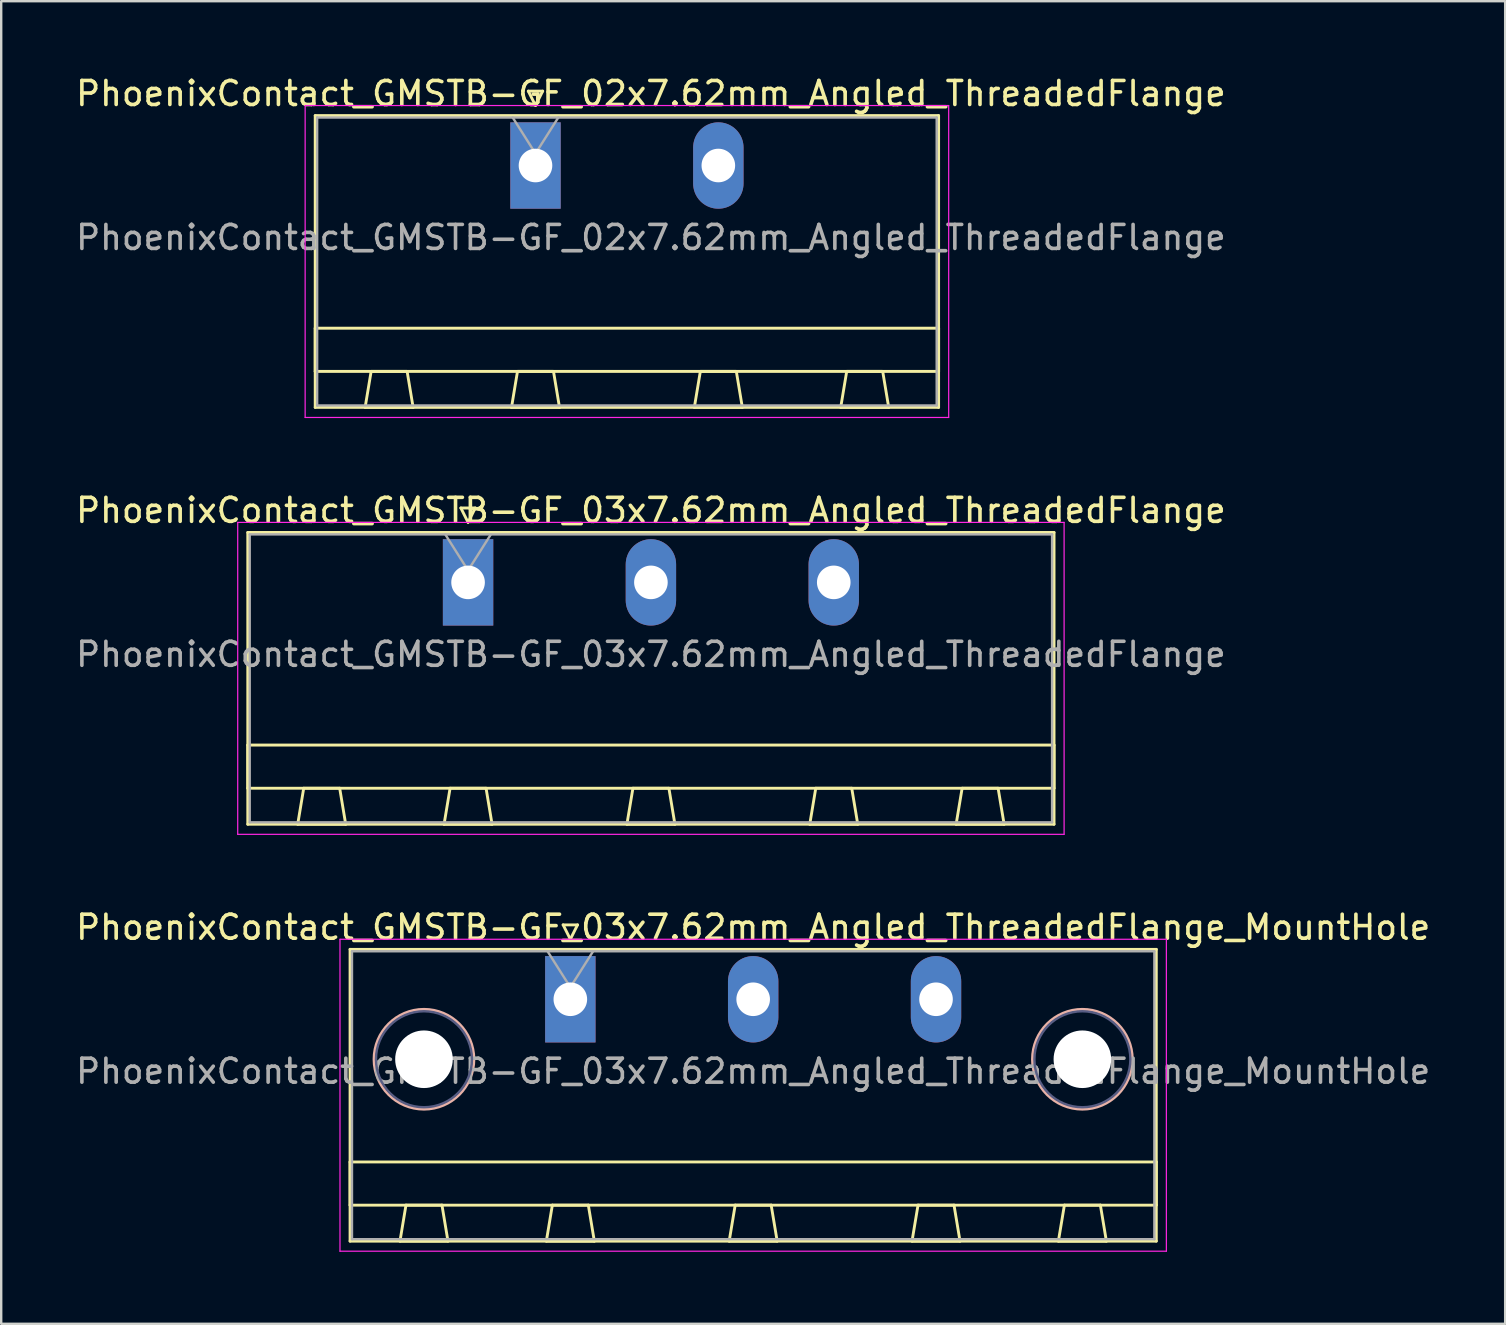
<source format=kicad_pcb>
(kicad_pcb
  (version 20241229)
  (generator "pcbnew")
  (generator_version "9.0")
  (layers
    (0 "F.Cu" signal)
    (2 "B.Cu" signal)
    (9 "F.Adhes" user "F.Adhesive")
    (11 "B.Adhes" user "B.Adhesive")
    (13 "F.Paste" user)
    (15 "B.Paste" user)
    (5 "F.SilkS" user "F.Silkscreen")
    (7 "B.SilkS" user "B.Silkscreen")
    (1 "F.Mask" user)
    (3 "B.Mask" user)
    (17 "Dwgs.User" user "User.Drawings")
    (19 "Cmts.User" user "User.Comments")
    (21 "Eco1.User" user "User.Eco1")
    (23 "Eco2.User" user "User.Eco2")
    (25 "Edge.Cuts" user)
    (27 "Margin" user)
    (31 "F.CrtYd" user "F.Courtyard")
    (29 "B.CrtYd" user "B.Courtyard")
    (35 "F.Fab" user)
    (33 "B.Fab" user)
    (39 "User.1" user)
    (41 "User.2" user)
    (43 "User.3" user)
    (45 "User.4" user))
  (footprint "PhoenixContact_GMSTB-GF_03x7.62mm_Angled_ThreadedFlange"
    (layer "F.Cu")
    (at 16.457 21.221)
    (property "Reference" "PhoenixContact_GMSTB-GF_03x7.62mm_Angled_ThreadedFlange" (at 7.62 -3 0) (layer "F.SilkS") (effects (font (size 1 1) (thickness 0.15))))
    (attr through_hole)
    (fp_line (start -9.18 -2.08) (end -9.18 10.08) (stroke (width 0.12) (type solid)) (layer "F.SilkS"))
    (fp_line (start -9.18 6.78) (end 24.42 6.78) (stroke (width 0.12) (type solid)) (layer "F.SilkS"))
    (fp_line (start -9.18 8.58) (end -9.18 6.78) (stroke (width 0.12) (type solid)) (layer "F.SilkS"))
    (fp_line (start -9.18 10.08) (end 24.42 10.08) (stroke (width 0.12) (type solid)) (layer "F.SilkS"))
    (fp_line (start -7.1 10.08) (end -5.1 10.08) (stroke (width 0.12) (type solid)) (layer "F.SilkS"))
    (fp_line (start -6.85 8.58) (end -7.1 10.08) (stroke (width 0.12) (type solid)) (layer "F.SilkS"))
    (fp_line (start -5.35 8.58) (end -6.85 8.58) (stroke (width 0.12) (type solid)) (layer "F.SilkS"))
    (fp_line (start -5.1 10.08) (end -5.35 8.58) (stroke (width 0.12) (type solid)) (layer "F.SilkS"))
    (fp_line (start -1 10.08) (end 1 10.08) (stroke (width 0.12) (type solid)) (layer "F.SilkS"))
    (fp_line (start -0.75 8.58) (end -1 10.08) (stroke (width 0.12) (type solid)) (layer "F.SilkS"))
    (fp_line (start -0.3 -3.1) (end 0.3 -3.1) (stroke (width 0.12) (type solid)) (layer "F.SilkS"))
    (fp_line (start 0 -2.5) (end -0.3 -3.1) (stroke (width 0.12) (type solid)) (layer "F.SilkS"))
    (fp_line (start 0.3 -3.1) (end 0 -2.5) (stroke (width 0.12) (type solid)) (layer "F.SilkS"))
    (fp_line (start 0.75 8.58) (end -0.75 8.58) (stroke (width 0.12) (type solid)) (layer "F.SilkS"))
    (fp_line (start 1 10.08) (end 0.75 8.58) (stroke (width 0.12) (type solid)) (layer "F.SilkS"))
    (fp_line (start 6.62 10.08) (end 8.62 10.08) (stroke (width 0.12) (type solid)) (layer "F.SilkS"))
    (fp_line (start 6.87 8.58) (end 6.62 10.08) (stroke (width 0.12) (type solid)) (layer "F.SilkS"))
    (fp_line (start 8.37 8.58) (end 6.87 8.58) (stroke (width 0.12) (type solid)) (layer "F.SilkS"))
    (fp_line (start 8.62 10.08) (end 8.37 8.58) (stroke (width 0.12) (type solid)) (layer "F.SilkS"))
    (fp_line (start 14.24 10.08) (end 16.24 10.08) (stroke (width 0.12) (type solid)) (layer "F.SilkS"))
    (fp_line (start 14.49 8.58) (end 14.24 10.08) (stroke (width 0.12) (type solid)) (layer "F.SilkS"))
    (fp_line (start 15.99 8.58) (end 14.49 8.58) (stroke (width 0.12) (type solid)) (layer "F.SilkS"))
    (fp_line (start 16.24 10.08) (end 15.99 8.58) (stroke (width 0.12) (type solid)) (layer "F.SilkS"))
    (fp_line (start 20.34 10.08) (end 22.34 10.08) (stroke (width 0.12) (type solid)) (layer "F.SilkS"))
    (fp_line (start 20.59 8.58) (end 20.34 10.08) (stroke (width 0.12) (type solid)) (layer "F.SilkS"))
    (fp_line (start 22.09 8.58) (end 20.59 8.58) (stroke (width 0.12) (type solid)) (layer "F.SilkS"))
    (fp_line (start 22.34 10.08) (end 22.09 8.58) (stroke (width 0.12) (type solid)) (layer "F.SilkS"))
    (fp_line (start 24.42 -2.08) (end -9.18 -2.08) (stroke (width 0.12) (type solid)) (layer "F.SilkS"))
    (fp_line (start 24.42 6.78) (end 24.42 8.58) (stroke (width 0.12) (type solid)) (layer "F.SilkS"))
    (fp_line (start 24.42 8.58) (end -9.18 8.58) (stroke (width 0.12) (type solid)) (layer "F.SilkS"))
    (fp_line (start 24.42 10.08) (end 24.42 -2.08) (stroke (width 0.12) (type solid)) (layer "F.SilkS"))
    (fp_line (start -9.6 -2.5) (end -9.6 10.5) (stroke (width 0.05) (type solid)) (layer "F.CrtYd"))
    (fp_line (start -9.6 10.5) (end 24.84 10.5) (stroke (width 0.05) (type solid)) (layer "F.CrtYd"))
    (fp_line (start 24.84 -2.5) (end -9.6 -2.5) (stroke (width 0.05) (type solid)) (layer "F.CrtYd"))
    (fp_line (start 24.84 10.5) (end 24.84 -2.5) (stroke (width 0.05) (type solid)) (layer "F.CrtYd"))
    (fp_line (start -9.1 -2) (end -9.1 10) (stroke (width 0.1) (type solid)) (layer "F.Fab"))
    (fp_line (start -9.1 10) (end 24.34 10) (stroke (width 0.1) (type solid)) (layer "F.Fab"))
    (fp_line (start 0 -0.5) (end -0.95 -2) (stroke (width 0.1) (type solid)) (layer "F.Fab"))
    (fp_line (start 0.95 -2) (end 0 -0.5) (stroke (width 0.1) (type solid)) (layer "F.Fab"))
    (fp_line (start 24.34 -2) (end -9.1 -2) (stroke (width 0.1) (type solid)) (layer "F.Fab"))
    (fp_line (start 24.34 10) (end 24.34 -2) (stroke (width 0.1) (type solid)) (layer "F.Fab"))
    (fp_text user "${REFERENCE}" (at 7.62 3 0) (layer "F.Fab") (effects (font (size 1 1) (thickness 0.15))))
    (pad "1" thru_hole rect (at 0 0) (size 2.1 3.6) (drill 1.4) (layers "*.Cu" "*.Mask"))
    (pad "2" thru_hole oval (at 7.62 0) (size 2.1 3.6) (drill 1.4) (layers "*.Cu" "*.Mask"))
    (pad "3" thru_hole oval (at 15.24 0) (size 2.1 3.6) (drill 1.4) (layers "*.Cu" "*.Mask")))
  (footprint "PhoenixContact_GMSTB-GF_03x7.62mm_Angled_ThreadedFlange_MountHole"
    (layer "F.Cu")
    (at 20.719 38.595)
    (property "Reference" "PhoenixContact_GMSTB-GF_03x7.62mm_Angled_ThreadedFlange_MountHole" (at 7.62 -3 0) (layer "F.SilkS") (effects (font (size 1 1) (thickness 0.15))))
    (attr through_hole)
    (fp_line (start -9.18 -2.08) (end -9.18 10.08) (stroke (width 0.12) (type solid)) (layer "F.SilkS"))
    (fp_line (start -9.18 6.78) (end 24.42 6.78) (stroke (width 0.12) (type solid)) (layer "F.SilkS"))
    (fp_line (start -9.18 8.58) (end -9.18 6.78) (stroke (width 0.12) (type solid)) (layer "F.SilkS"))
    (fp_line (start -9.18 10.08) (end 24.42 10.08) (stroke (width 0.12) (type solid)) (layer "F.SilkS"))
    (fp_line (start -7.1 10.08) (end -5.1 10.08) (stroke (width 0.12) (type solid)) (layer "F.SilkS"))
    (fp_line (start -6.85 8.58) (end -7.1 10.08) (stroke (width 0.12) (type solid)) (layer "F.SilkS"))
    (fp_line (start -5.35 8.58) (end -6.85 8.58) (stroke (width 0.12) (type solid)) (layer "F.SilkS"))
    (fp_line (start -5.1 10.08) (end -5.35 8.58) (stroke (width 0.12) (type solid)) (layer "F.SilkS"))
    (fp_line (start -1 10.08) (end 1 10.08) (stroke (width 0.12) (type solid)) (layer "F.SilkS"))
    (fp_line (start -0.75 8.58) (end -1 10.08) (stroke (width 0.12) (type solid)) (layer "F.SilkS"))
    (fp_line (start -0.3 -3.1) (end 0.3 -3.1) (stroke (width 0.12) (type solid)) (layer "F.SilkS"))
    (fp_line (start 0 -2.5) (end -0.3 -3.1) (stroke (width 0.12) (type solid)) (layer "F.SilkS"))
    (fp_line (start 0.3 -3.1) (end 0 -2.5) (stroke (width 0.12) (type solid)) (layer "F.SilkS"))
    (fp_line (start 0.75 8.58) (end -0.75 8.58) (stroke (width 0.12) (type solid)) (layer "F.SilkS"))
    (fp_line (start 1 10.08) (end 0.75 8.58) (stroke (width 0.12) (type solid)) (layer "F.SilkS"))
    (fp_line (start 6.62 10.08) (end 8.62 10.08) (stroke (width 0.12) (type solid)) (layer "F.SilkS"))
    (fp_line (start 6.87 8.58) (end 6.62 10.08) (stroke (width 0.12) (type solid)) (layer "F.SilkS"))
    (fp_line (start 8.37 8.58) (end 6.87 8.58) (stroke (width 0.12) (type solid)) (layer "F.SilkS"))
    (fp_line (start 8.62 10.08) (end 8.37 8.58) (stroke (width 0.12) (type solid)) (layer "F.SilkS"))
    (fp_line (start 14.24 10.08) (end 16.24 10.08) (stroke (width 0.12) (type solid)) (layer "F.SilkS"))
    (fp_line (start 14.49 8.58) (end 14.24 10.08) (stroke (width 0.12) (type solid)) (layer "F.SilkS"))
    (fp_line (start 15.99 8.58) (end 14.49 8.58) (stroke (width 0.12) (type solid)) (layer "F.SilkS"))
    (fp_line (start 16.24 10.08) (end 15.99 8.58) (stroke (width 0.12) (type solid)) (layer "F.SilkS"))
    (fp_line (start 20.34 10.08) (end 22.34 10.08) (stroke (width 0.12) (type solid)) (layer "F.SilkS"))
    (fp_line (start 20.59 8.58) (end 20.34 10.08) (stroke (width 0.12) (type solid)) (layer "F.SilkS"))
    (fp_line (start 22.09 8.58) (end 20.59 8.58) (stroke (width 0.12) (type solid)) (layer "F.SilkS"))
    (fp_line (start 22.34 10.08) (end 22.09 8.58) (stroke (width 0.12) (type solid)) (layer "F.SilkS"))
    (fp_line (start 24.42 -2.08) (end -9.18 -2.08) (stroke (width 0.12) (type solid)) (layer "F.SilkS"))
    (fp_line (start 24.42 6.78) (end 24.42 8.58) (stroke (width 0.12) (type solid)) (layer "F.SilkS"))
    (fp_line (start 24.42 8.58) (end -9.18 8.58) (stroke (width 0.12) (type solid)) (layer "F.SilkS"))
    (fp_line (start 24.42 10.08) (end 24.42 -2.08) (stroke (width 0.12) (type solid)) (layer "F.SilkS"))
    (fp_circle (center -6.1 2.5) (end -4.02 2.5) (stroke (width 0.12) (type solid)) (fill no) (layer "B.SilkS"))
    (fp_circle (center 21.34 2.5) (end 23.42 2.5) (stroke (width 0.12) (type solid)) (fill no) (layer "B.SilkS"))
    (fp_line (start -9.6 -2.5) (end -9.6 10.5) (stroke (width 0.05) (type solid)) (layer "F.CrtYd"))
    (fp_line (start -9.6 10.5) (end 24.84 10.5) (stroke (width 0.05) (type solid)) (layer "F.CrtYd"))
    (fp_line (start 24.84 -2.5) (end -9.6 -2.5) (stroke (width 0.05) (type solid)) (layer "F.CrtYd"))
    (fp_line (start 24.84 10.5) (end 24.84 -2.5) (stroke (width 0.05) (type solid)) (layer "F.CrtYd"))
    (fp_circle (center -6.1 2.5) (end -4.1 2.5) (stroke (width 0.1) (type solid)) (fill no) (layer "B.Fab"))
    (fp_circle (center 21.34 2.5) (end 23.34 2.5) (stroke (width 0.1) (type solid)) (fill no) (layer "B.Fab"))
    (fp_line (start -9.1 -2) (end -9.1 10) (stroke (width 0.1) (type solid)) (layer "F.Fab"))
    (fp_line (start -9.1 10) (end 24.34 10) (stroke (width 0.1) (type solid)) (layer "F.Fab"))
    (fp_line (start 0 -0.5) (end -0.95 -2) (stroke (width 0.1) (type solid)) (layer "F.Fab"))
    (fp_line (start 0.95 -2) (end 0 -0.5) (stroke (width 0.1) (type solid)) (layer "F.Fab"))
    (fp_line (start 24.34 -2) (end -9.1 -2) (stroke (width 0.1) (type solid)) (layer "F.Fab"))
    (fp_line (start 24.34 10) (end 24.34 -2) (stroke (width 0.1) (type solid)) (layer "F.Fab"))
    (fp_text user "${REFERENCE}" (at 7.62 3 0) (layer "F.Fab") (effects (font (size 1 1) (thickness 0.15))))
    (pad "" np_thru_hole circle (at -6.1 2.5) (size 2.4 2.4) (drill 2.4) (layers "*.Cu" "*.Mask"))
    (pad "" np_thru_hole circle (at 21.34 2.5) (size 2.4 2.4) (drill 2.4) (layers "*.Cu" "*.Mask"))
    (pad "1" thru_hole rect (at 0 0) (size 2.1 3.6) (drill 1.4) (layers "*.Cu" "*.Mask"))
    (pad "2" thru_hole oval (at 7.62 0) (size 2.1 3.6) (drill 1.4) (layers "*.Cu" "*.Mask"))
    (pad "3" thru_hole oval (at 15.24 0) (size 2.1 3.6) (drill 1.4) (layers "*.Cu" "*.Mask")))
  (footprint "PhoenixContact_GMSTB-GF_02x7.62mm_Angled_ThreadedFlange"
    (layer "F.Cu")
    (at 19.267 3.848)
    (property "Reference" "PhoenixContact_GMSTB-GF_02x7.62mm_Angled_ThreadedFlange" (at 4.81 -3 0) (layer "F.SilkS") (effects (font (size 1 1) (thickness 0.15))))
    (attr through_hole)
    (fp_line (start -9.18 -2.08) (end -9.18 10.08) (stroke (width 0.12) (type solid)) (layer "F.SilkS"))
    (fp_line (start -9.18 6.78) (end 16.8 6.78) (stroke (width 0.12) (type solid)) (layer "F.SilkS"))
    (fp_line (start -9.18 8.58) (end -9.18 6.78) (stroke (width 0.12) (type solid)) (layer "F.SilkS"))
    (fp_line (start -9.18 10.08) (end 16.8 10.08) (stroke (width 0.12) (type solid)) (layer "F.SilkS"))
    (fp_line (start -7.1 10.08) (end -5.1 10.08) (stroke (width 0.12) (type solid)) (layer "F.SilkS"))
    (fp_line (start -6.85 8.58) (end -7.1 10.08) (stroke (width 0.12) (type solid)) (layer "F.SilkS"))
    (fp_line (start -5.35 8.58) (end -6.85 8.58) (stroke (width 0.12) (type solid)) (layer "F.SilkS"))
    (fp_line (start -5.1 10.08) (end -5.35 8.58) (stroke (width 0.12) (type solid)) (layer "F.SilkS"))
    (fp_line (start -1 10.08) (end 1 10.08) (stroke (width 0.12) (type solid)) (layer "F.SilkS"))
    (fp_line (start -0.75 8.58) (end -1 10.08) (stroke (width 0.12) (type solid)) (layer "F.SilkS"))
    (fp_line (start -0.3 -3.1) (end 0.3 -3.1) (stroke (width 0.12) (type solid)) (layer "F.SilkS"))
    (fp_line (start 0 -2.5) (end -0.3 -3.1) (stroke (width 0.12) (type solid)) (layer "F.SilkS"))
    (fp_line (start 0.3 -3.1) (end 0 -2.5) (stroke (width 0.12) (type solid)) (layer "F.SilkS"))
    (fp_line (start 0.75 8.58) (end -0.75 8.58) (stroke (width 0.12) (type solid)) (layer "F.SilkS"))
    (fp_line (start 1 10.08) (end 0.75 8.58) (stroke (width 0.12) (type solid)) (layer "F.SilkS"))
    (fp_line (start 6.62 10.08) (end 8.62 10.08) (stroke (width 0.12) (type solid)) (layer "F.SilkS"))
    (fp_line (start 6.87 8.58) (end 6.62 10.08) (stroke (width 0.12) (type solid)) (layer "F.SilkS"))
    (fp_line (start 8.37 8.58) (end 6.87 8.58) (stroke (width 0.12) (type solid)) (layer "F.SilkS"))
    (fp_line (start 8.62 10.08) (end 8.37 8.58) (stroke (width 0.12) (type solid)) (layer "F.SilkS"))
    (fp_line (start 12.72 10.08) (end 14.72 10.08) (stroke (width 0.12) (type solid)) (layer "F.SilkS"))
    (fp_line (start 12.97 8.58) (end 12.72 10.08) (stroke (width 0.12) (type solid)) (layer "F.SilkS"))
    (fp_line (start 14.47 8.58) (end 12.97 8.58) (stroke (width 0.12) (type solid)) (layer "F.SilkS"))
    (fp_line (start 14.72 10.08) (end 14.47 8.58) (stroke (width 0.12) (type solid)) (layer "F.SilkS"))
    (fp_line (start 16.8 -2.08) (end -9.18 -2.08) (stroke (width 0.12) (type solid)) (layer "F.SilkS"))
    (fp_line (start 16.8 6.78) (end 16.8 8.58) (stroke (width 0.12) (type solid)) (layer "F.SilkS"))
    (fp_line (start 16.8 8.58) (end -9.18 8.58) (stroke (width 0.12) (type solid)) (layer "F.SilkS"))
    (fp_line (start 16.8 10.08) (end 16.8 -2.08) (stroke (width 0.12) (type solid)) (layer "F.SilkS"))
    (fp_line (start -9.6 -2.5) (end -9.6 10.5) (stroke (width 0.05) (type solid)) (layer "F.CrtYd"))
    (fp_line (start -9.6 10.5) (end 17.22 10.5) (stroke (width 0.05) (type solid)) (layer "F.CrtYd"))
    (fp_line (start 17.22 -2.5) (end -9.6 -2.5) (stroke (width 0.05) (type solid)) (layer "F.CrtYd"))
    (fp_line (start 17.22 10.5) (end 17.22 -2.5) (stroke (width 0.05) (type solid)) (layer "F.CrtYd"))
    (fp_line (start -9.1 -2) (end -9.1 10) (stroke (width 0.1) (type solid)) (layer "F.Fab"))
    (fp_line (start -9.1 10) (end 16.72 10) (stroke (width 0.1) (type solid)) (layer "F.Fab"))
    (fp_line (start 0 -0.5) (end -0.95 -2) (stroke (width 0.1) (type solid)) (layer "F.Fab"))
    (fp_line (start 0.95 -2) (end 0 -0.5) (stroke (width 0.1) (type solid)) (layer "F.Fab"))
    (fp_line (start 16.72 -2) (end -9.1 -2) (stroke (width 0.1) (type solid)) (layer "F.Fab"))
    (fp_line (start 16.72 10) (end 16.72 -2) (stroke (width 0.1) (type solid)) (layer "F.Fab"))
    (fp_text user "${REFERENCE}" (at 4.81 3 0) (layer "F.Fab") (effects (font (size 1 1) (thickness 0.15))))
    (pad "1" thru_hole rect (at 0 0) (size 2.1 3.6) (drill 1.4) (layers "*.Cu" "*.Mask"))
    (pad "2" thru_hole oval (at 7.62 0) (size 2.1 3.6) (drill 1.4) (layers "*.Cu" "*.Mask")))
  (gr_rect
    (start -3 -3)
    (end 59.679 52.12)
    (stroke (width 0.1) (type default))
    (fill no)
    (layer "Edge.Cuts")))
</source>
